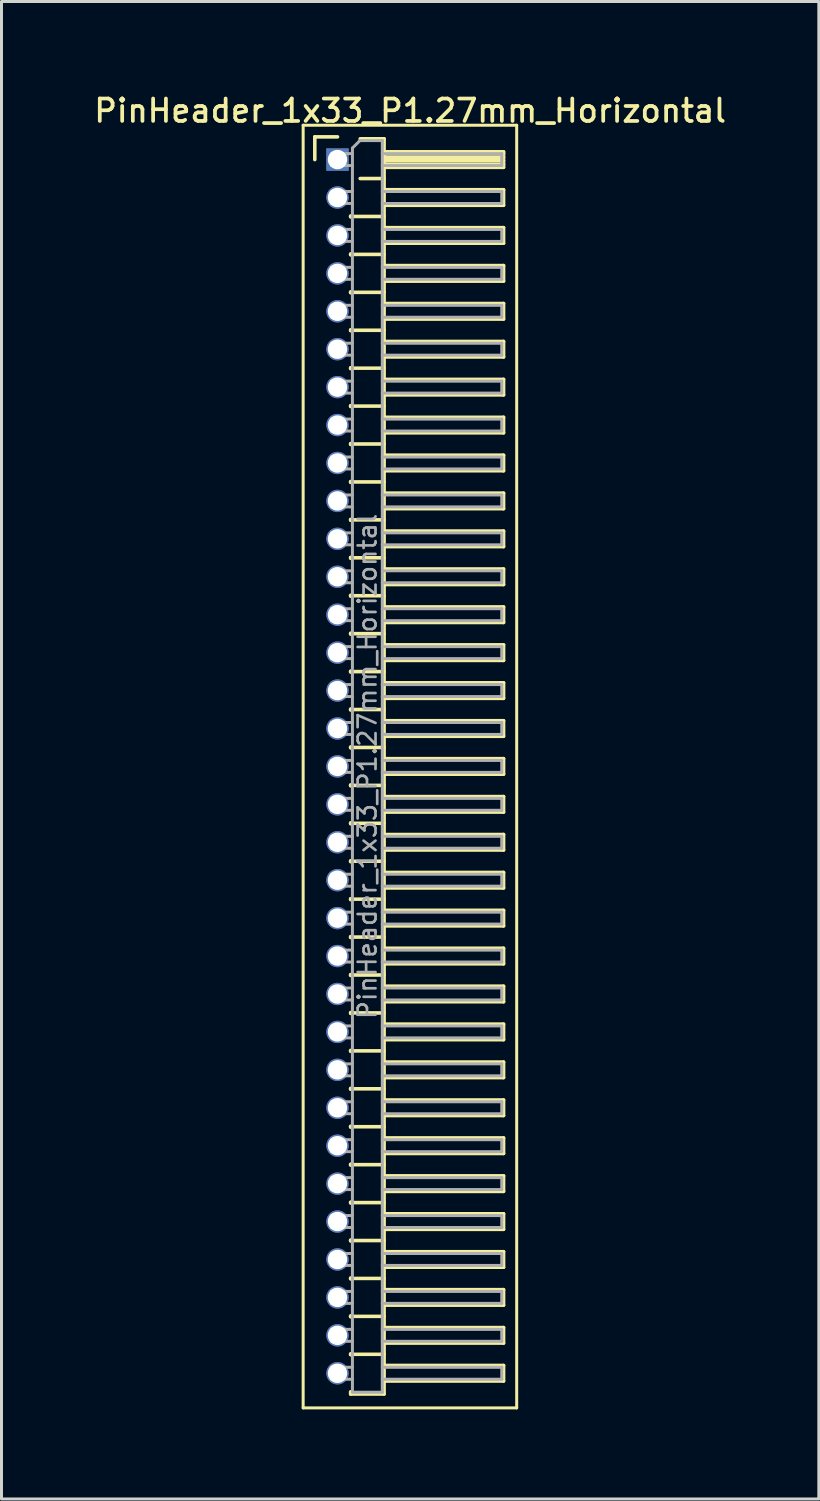
<source format=kicad_pcb>
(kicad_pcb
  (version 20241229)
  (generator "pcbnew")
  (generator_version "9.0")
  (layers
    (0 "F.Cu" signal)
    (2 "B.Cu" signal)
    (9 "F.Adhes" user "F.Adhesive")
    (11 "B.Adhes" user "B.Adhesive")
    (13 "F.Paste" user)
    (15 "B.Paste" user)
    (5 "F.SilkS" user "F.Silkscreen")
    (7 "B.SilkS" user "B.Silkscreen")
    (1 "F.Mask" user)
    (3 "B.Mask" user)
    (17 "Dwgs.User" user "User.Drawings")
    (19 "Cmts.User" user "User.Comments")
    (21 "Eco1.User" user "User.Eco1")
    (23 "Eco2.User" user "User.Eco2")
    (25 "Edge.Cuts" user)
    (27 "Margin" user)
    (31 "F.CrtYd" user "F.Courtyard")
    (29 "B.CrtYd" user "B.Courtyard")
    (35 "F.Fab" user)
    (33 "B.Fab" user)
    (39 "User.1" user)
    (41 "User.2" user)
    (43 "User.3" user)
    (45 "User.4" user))
  (footprint "PinHeader_1x33_P1.27mm_Horizontal"
    (layer "F.Cu")
    (at 8.251 2.293)
    (property "Reference" "PinHeader_1x33_P1.27mm_Horizontal" (at 2.433 -1.635 0) (layer "F.SilkS") (effects (font (size 0.75 0.75) (thickness 0.125))))
    (attr through_hole)
    (fp_line (start -1.15 -1.15) (end -1.15 41.8) (stroke (width 0.1) (type solid)) (layer "F.SilkS"))
    (fp_line (start -1.15 41.8) (end 6 41.8) (stroke (width 0.1) (type solid)) (layer "F.SilkS"))
    (fp_line (start -0.76 -0.76) (end 0 -0.76) (stroke (width 0.12) (type solid)) (layer "F.SilkS"))
    (fp_line (start -0.76 0) (end -0.76 -0.76) (stroke (width 0.12) (type solid)) (layer "F.SilkS"))
    (fp_line (start 0.44 1.89) (end 0.44 1.92) (stroke (width 0.12) (type solid)) (layer "F.SilkS"))
    (fp_line (start 0.44 1.905) (end 1.56 1.905) (stroke (width 0.12) (type solid)) (layer "F.SilkS"))
    (fp_line (start 0.44 3.16) (end 0.44 3.19) (stroke (width 0.12) (type solid)) (layer "F.SilkS"))
    (fp_line (start 0.44 3.175) (end 1.56 3.175) (stroke (width 0.12) (type solid)) (layer "F.SilkS"))
    (fp_line (start 0.44 4.43) (end 0.44 4.46) (stroke (width 0.12) (type solid)) (layer "F.SilkS"))
    (fp_line (start 0.44 4.445) (end 1.56 4.445) (stroke (width 0.12) (type solid)) (layer "F.SilkS"))
    (fp_line (start 0.44 5.7) (end 0.44 5.73) (stroke (width 0.12) (type solid)) (layer "F.SilkS"))
    (fp_line (start 0.44 5.715) (end 1.56 5.715) (stroke (width 0.12) (type solid)) (layer "F.SilkS"))
    (fp_line (start 0.44 6.97) (end 0.44 7) (stroke (width 0.12) (type solid)) (layer "F.SilkS"))
    (fp_line (start 0.44 6.985) (end 1.56 6.985) (stroke (width 0.12) (type solid)) (layer "F.SilkS"))
    (fp_line (start 0.44 8.24) (end 0.44 8.27) (stroke (width 0.12) (type solid)) (layer "F.SilkS"))
    (fp_line (start 0.44 8.255) (end 1.56 8.255) (stroke (width 0.12) (type solid)) (layer "F.SilkS"))
    (fp_line (start 0.44 9.51) (end 0.44 9.54) (stroke (width 0.12) (type solid)) (layer "F.SilkS"))
    (fp_line (start 0.44 9.525) (end 1.56 9.525) (stroke (width 0.12) (type solid)) (layer "F.SilkS"))
    (fp_line (start 0.44 10.78) (end 0.44 10.81) (stroke (width 0.12) (type solid)) (layer "F.SilkS"))
    (fp_line (start 0.44 10.795) (end 1.56 10.795) (stroke (width 0.12) (type solid)) (layer "F.SilkS"))
    (fp_line (start 0.44 12.05) (end 0.44 12.08) (stroke (width 0.12) (type solid)) (layer "F.SilkS"))
    (fp_line (start 0.44 12.065) (end 1.56 12.065) (stroke (width 0.12) (type solid)) (layer "F.SilkS"))
    (fp_line (start 0.44 13.32) (end 0.44 13.35) (stroke (width 0.12) (type solid)) (layer "F.SilkS"))
    (fp_line (start 0.44 13.335) (end 1.56 13.335) (stroke (width 0.12) (type solid)) (layer "F.SilkS"))
    (fp_line (start 0.44 14.59) (end 0.44 14.62) (stroke (width 0.12) (type solid)) (layer "F.SilkS"))
    (fp_line (start 0.44 14.605) (end 1.56 14.605) (stroke (width 0.12) (type solid)) (layer "F.SilkS"))
    (fp_line (start 0.44 15.86) (end 0.44 15.89) (stroke (width 0.12) (type solid)) (layer "F.SilkS"))
    (fp_line (start 0.44 15.875) (end 1.56 15.875) (stroke (width 0.12) (type solid)) (layer "F.SilkS"))
    (fp_line (start 0.44 17.13) (end 0.44 17.16) (stroke (width 0.12) (type solid)) (layer "F.SilkS"))
    (fp_line (start 0.44 17.145) (end 1.56 17.145) (stroke (width 0.12) (type solid)) (layer "F.SilkS"))
    (fp_line (start 0.44 18.4) (end 0.44 18.43) (stroke (width 0.12) (type solid)) (layer "F.SilkS"))
    (fp_line (start 0.44 18.415) (end 1.56 18.415) (stroke (width 0.12) (type solid)) (layer "F.SilkS"))
    (fp_line (start 0.44 19.67) (end 0.44 19.7) (stroke (width 0.12) (type solid)) (layer "F.SilkS"))
    (fp_line (start 0.44 19.685) (end 1.56 19.685) (stroke (width 0.12) (type solid)) (layer "F.SilkS"))
    (fp_line (start 0.44 20.94) (end 0.44 20.97) (stroke (width 0.12) (type solid)) (layer "F.SilkS"))
    (fp_line (start 0.44 20.955) (end 1.56 20.955) (stroke (width 0.12) (type solid)) (layer "F.SilkS"))
    (fp_line (start 0.44 22.21) (end 0.44 22.24) (stroke (width 0.12) (type solid)) (layer "F.SilkS"))
    (fp_line (start 0.44 22.225) (end 1.56 22.225) (stroke (width 0.12) (type solid)) (layer "F.SilkS"))
    (fp_line (start 0.44 23.48) (end 0.44 23.51) (stroke (width 0.12) (type solid)) (layer "F.SilkS"))
    (fp_line (start 0.44 23.495) (end 1.56 23.495) (stroke (width 0.12) (type solid)) (layer "F.SilkS"))
    (fp_line (start 0.44 24.75) (end 0.44 24.78) (stroke (width 0.12) (type solid)) (layer "F.SilkS"))
    (fp_line (start 0.44 24.765) (end 1.56 24.765) (stroke (width 0.12) (type solid)) (layer "F.SilkS"))
    (fp_line (start 0.44 26.02) (end 0.44 26.05) (stroke (width 0.12) (type solid)) (layer "F.SilkS"))
    (fp_line (start 0.44 26.035) (end 1.56 26.035) (stroke (width 0.12) (type solid)) (layer "F.SilkS"))
    (fp_line (start 0.44 27.29) (end 0.44 27.32) (stroke (width 0.12) (type solid)) (layer "F.SilkS"))
    (fp_line (start 0.44 27.305) (end 1.56 27.305) (stroke (width 0.12) (type solid)) (layer "F.SilkS"))
    (fp_line (start 0.44 28.56) (end 0.44 28.59) (stroke (width 0.12) (type solid)) (layer "F.SilkS"))
    (fp_line (start 0.44 28.575) (end 1.56 28.575) (stroke (width 0.12) (type solid)) (layer "F.SilkS"))
    (fp_line (start 0.44 29.83) (end 0.44 29.86) (stroke (width 0.12) (type solid)) (layer "F.SilkS"))
    (fp_line (start 0.44 29.845) (end 1.56 29.845) (stroke (width 0.12) (type solid)) (layer "F.SilkS"))
    (fp_line (start 0.44 31.1) (end 0.44 31.13) (stroke (width 0.12) (type solid)) (layer "F.SilkS"))
    (fp_line (start 0.44 31.115) (end 1.56 31.115) (stroke (width 0.12) (type solid)) (layer "F.SilkS"))
    (fp_line (start 0.44 32.37) (end 0.44 32.4) (stroke (width 0.12) (type solid)) (layer "F.SilkS"))
    (fp_line (start 0.44 32.385) (end 1.56 32.385) (stroke (width 0.12) (type solid)) (layer "F.SilkS"))
    (fp_line (start 0.44 33.64) (end 0.44 33.67) (stroke (width 0.12) (type solid)) (layer "F.SilkS"))
    (fp_line (start 0.44 33.655) (end 1.56 33.655) (stroke (width 0.12) (type solid)) (layer "F.SilkS"))
    (fp_line (start 0.44 34.91) (end 0.44 34.94) (stroke (width 0.12) (type solid)) (layer "F.SilkS"))
    (fp_line (start 0.44 34.925) (end 1.56 34.925) (stroke (width 0.12) (type solid)) (layer "F.SilkS"))
    (fp_line (start 0.44 36.18) (end 0.44 36.21) (stroke (width 0.12) (type solid)) (layer "F.SilkS"))
    (fp_line (start 0.44 36.195) (end 1.56 36.195) (stroke (width 0.12) (type solid)) (layer "F.SilkS"))
    (fp_line (start 0.44 37.45) (end 0.44 37.48) (stroke (width 0.12) (type solid)) (layer "F.SilkS"))
    (fp_line (start 0.44 37.465) (end 1.56 37.465) (stroke (width 0.12) (type solid)) (layer "F.SilkS"))
    (fp_line (start 0.44 38.72) (end 0.44 38.75) (stroke (width 0.12) (type solid)) (layer "F.SilkS"))
    (fp_line (start 0.44 38.735) (end 1.56 38.735) (stroke (width 0.12) (type solid)) (layer "F.SilkS"))
    (fp_line (start 0.44 39.99) (end 0.44 40.02) (stroke (width 0.12) (type solid)) (layer "F.SilkS"))
    (fp_line (start 0.44 40.005) (end 1.56 40.005) (stroke (width 0.12) (type solid)) (layer "F.SilkS"))
    (fp_line (start 0.44 41.335) (end 0.44 41.26) (stroke (width 0.12) (type solid)) (layer "F.SilkS"))
    (fp_line (start 0.76 -0.695) (end 1.56 -0.695) (stroke (width 0.12) (type solid)) (layer "F.SilkS"))
    (fp_line (start 0.76 0.635) (end 1.56 0.635) (stroke (width 0.12) (type solid)) (layer "F.SilkS"))
    (fp_line (start 1.56 -0.695) (end 1.56 41.335) (stroke (width 0.12) (type solid)) (layer "F.SilkS"))
    (fp_line (start 1.56 -0.26) (end 5.56 -0.26) (stroke (width 0.12) (type solid)) (layer "F.SilkS"))
    (fp_line (start 1.56 -0.2) (end 5.56 -0.2) (stroke (width 0.12) (type solid)) (layer "F.SilkS"))
    (fp_line (start 1.56 -0.08) (end 5.56 -0.08) (stroke (width 0.12) (type solid)) (layer "F.SilkS"))
    (fp_line (start 1.56 0.04) (end 5.56 0.04) (stroke (width 0.12) (type solid)) (layer "F.SilkS"))
    (fp_line (start 1.56 0.16) (end 5.56 0.16) (stroke (width 0.12) (type solid)) (layer "F.SilkS"))
    (fp_line (start 1.56 1.01) (end 5.56 1.01) (stroke (width 0.12) (type solid)) (layer "F.SilkS"))
    (fp_line (start 1.56 2.28) (end 5.56 2.28) (stroke (width 0.12) (type solid)) (layer "F.SilkS"))
    (fp_line (start 1.56 3.55) (end 5.56 3.55) (stroke (width 0.12) (type solid)) (layer "F.SilkS"))
    (fp_line (start 1.56 4.82) (end 5.56 4.82) (stroke (width 0.12) (type solid)) (layer "F.SilkS"))
    (fp_line (start 1.56 6.09) (end 5.56 6.09) (stroke (width 0.12) (type solid)) (layer "F.SilkS"))
    (fp_line (start 1.56 7.36) (end 5.56 7.36) (stroke (width 0.12) (type solid)) (layer "F.SilkS"))
    (fp_line (start 1.56 8.63) (end 5.56 8.63) (stroke (width 0.12) (type solid)) (layer "F.SilkS"))
    (fp_line (start 1.56 9.9) (end 5.56 9.9) (stroke (width 0.12) (type solid)) (layer "F.SilkS"))
    (fp_line (start 1.56 11.17) (end 5.56 11.17) (stroke (width 0.12) (type solid)) (layer "F.SilkS"))
    (fp_line (start 1.56 12.44) (end 5.56 12.44) (stroke (width 0.12) (type solid)) (layer "F.SilkS"))
    (fp_line (start 1.56 13.71) (end 5.56 13.71) (stroke (width 0.12) (type solid)) (layer "F.SilkS"))
    (fp_line (start 1.56 14.98) (end 5.56 14.98) (stroke (width 0.12) (type solid)) (layer "F.SilkS"))
    (fp_line (start 1.56 16.25) (end 5.56 16.25) (stroke (width 0.12) (type solid)) (layer "F.SilkS"))
    (fp_line (start 1.56 17.52) (end 5.56 17.52) (stroke (width 0.12) (type solid)) (layer "F.SilkS"))
    (fp_line (start 1.56 18.79) (end 5.56 18.79) (stroke (width 0.12) (type solid)) (layer "F.SilkS"))
    (fp_line (start 1.56 20.06) (end 5.56 20.06) (stroke (width 0.12) (type solid)) (layer "F.SilkS"))
    (fp_line (start 1.56 21.33) (end 5.56 21.33) (stroke (width 0.12) (type solid)) (layer "F.SilkS"))
    (fp_line (start 1.56 22.6) (end 5.56 22.6) (stroke (width 0.12) (type solid)) (layer "F.SilkS"))
    (fp_line (start 1.56 23.87) (end 5.56 23.87) (stroke (width 0.12) (type solid)) (layer "F.SilkS"))
    (fp_line (start 1.56 25.14) (end 5.56 25.14) (stroke (width 0.12) (type solid)) (layer "F.SilkS"))
    (fp_line (start 1.56 26.41) (end 5.56 26.41) (stroke (width 0.12) (type solid)) (layer "F.SilkS"))
    (fp_line (start 1.56 27.68) (end 5.56 27.68) (stroke (width 0.12) (type solid)) (layer "F.SilkS"))
    (fp_line (start 1.56 28.95) (end 5.56 28.95) (stroke (width 0.12) (type solid)) (layer "F.SilkS"))
    (fp_line (start 1.56 30.22) (end 5.56 30.22) (stroke (width 0.12) (type solid)) (layer "F.SilkS"))
    (fp_line (start 1.56 31.49) (end 5.56 31.49) (stroke (width 0.12) (type solid)) (layer "F.SilkS"))
    (fp_line (start 1.56 32.76) (end 5.56 32.76) (stroke (width 0.12) (type solid)) (layer "F.SilkS"))
    (fp_line (start 1.56 34.03) (end 5.56 34.03) (stroke (width 0.12) (type solid)) (layer "F.SilkS"))
    (fp_line (start 1.56 35.3) (end 5.56 35.3) (stroke (width 0.12) (type solid)) (layer "F.SilkS"))
    (fp_line (start 1.56 36.57) (end 5.56 36.57) (stroke (width 0.12) (type solid)) (layer "F.SilkS"))
    (fp_line (start 1.56 37.84) (end 5.56 37.84) (stroke (width 0.12) (type solid)) (layer "F.SilkS"))
    (fp_line (start 1.56 39.11) (end 5.56 39.11) (stroke (width 0.12) (type solid)) (layer "F.SilkS"))
    (fp_line (start 1.56 40.38) (end 5.56 40.38) (stroke (width 0.12) (type solid)) (layer "F.SilkS"))
    (fp_line (start 1.56 41.335) (end 0.44 41.335) (stroke (width 0.12) (type solid)) (layer "F.SilkS"))
    (fp_line (start 5.56 -0.26) (end 5.56 0.26) (stroke (width 0.12) (type solid)) (layer "F.SilkS"))
    (fp_line (start 5.56 0.26) (end 1.56 0.26) (stroke (width 0.12) (type solid)) (layer "F.SilkS"))
    (fp_line (start 5.56 1.01) (end 5.56 1.53) (stroke (width 0.12) (type solid)) (layer "F.SilkS"))
    (fp_line (start 5.56 1.53) (end 1.56 1.53) (stroke (width 0.12) (type solid)) (layer "F.SilkS"))
    (fp_line (start 5.56 2.28) (end 5.56 2.8) (stroke (width 0.12) (type solid)) (layer "F.SilkS"))
    (fp_line (start 5.56 2.8) (end 1.56 2.8) (stroke (width 0.12) (type solid)) (layer "F.SilkS"))
    (fp_line (start 5.56 3.55) (end 5.56 4.07) (stroke (width 0.12) (type solid)) (layer "F.SilkS"))
    (fp_line (start 5.56 4.07) (end 1.56 4.07) (stroke (width 0.12) (type solid)) (layer "F.SilkS"))
    (fp_line (start 5.56 4.82) (end 5.56 5.34) (stroke (width 0.12) (type solid)) (layer "F.SilkS"))
    (fp_line (start 5.56 5.34) (end 1.56 5.34) (stroke (width 0.12) (type solid)) (layer "F.SilkS"))
    (fp_line (start 5.56 6.09) (end 5.56 6.61) (stroke (width 0.12) (type solid)) (layer "F.SilkS"))
    (fp_line (start 5.56 6.61) (end 1.56 6.61) (stroke (width 0.12) (type solid)) (layer "F.SilkS"))
    (fp_line (start 5.56 7.36) (end 5.56 7.88) (stroke (width 0.12) (type solid)) (layer "F.SilkS"))
    (fp_line (start 5.56 7.88) (end 1.56 7.88) (stroke (width 0.12) (type solid)) (layer "F.SilkS"))
    (fp_line (start 5.56 8.63) (end 5.56 9.15) (stroke (width 0.12) (type solid)) (layer "F.SilkS"))
    (fp_line (start 5.56 9.15) (end 1.56 9.15) (stroke (width 0.12) (type solid)) (layer "F.SilkS"))
    (fp_line (start 5.56 9.9) (end 5.56 10.42) (stroke (width 0.12) (type solid)) (layer "F.SilkS"))
    (fp_line (start 5.56 10.42) (end 1.56 10.42) (stroke (width 0.12) (type solid)) (layer "F.SilkS"))
    (fp_line (start 5.56 11.17) (end 5.56 11.69) (stroke (width 0.12) (type solid)) (layer "F.SilkS"))
    (fp_line (start 5.56 11.69) (end 1.56 11.69) (stroke (width 0.12) (type solid)) (layer "F.SilkS"))
    (fp_line (start 5.56 12.44) (end 5.56 12.96) (stroke (width 0.12) (type solid)) (layer "F.SilkS"))
    (fp_line (start 5.56 12.96) (end 1.56 12.96) (stroke (width 0.12) (type solid)) (layer "F.SilkS"))
    (fp_line (start 5.56 13.71) (end 5.56 14.23) (stroke (width 0.12) (type solid)) (layer "F.SilkS"))
    (fp_line (start 5.56 14.23) (end 1.56 14.23) (stroke (width 0.12) (type solid)) (layer "F.SilkS"))
    (fp_line (start 5.56 14.98) (end 5.56 15.5) (stroke (width 0.12) (type solid)) (layer "F.SilkS"))
    (fp_line (start 5.56 15.5) (end 1.56 15.5) (stroke (width 0.12) (type solid)) (layer "F.SilkS"))
    (fp_line (start 5.56 16.25) (end 5.56 16.77) (stroke (width 0.12) (type solid)) (layer "F.SilkS"))
    (fp_line (start 5.56 16.77) (end 1.56 16.77) (stroke (width 0.12) (type solid)) (layer "F.SilkS"))
    (fp_line (start 5.56 17.52) (end 5.56 18.04) (stroke (width 0.12) (type solid)) (layer "F.SilkS"))
    (fp_line (start 5.56 18.04) (end 1.56 18.04) (stroke (width 0.12) (type solid)) (layer "F.SilkS"))
    (fp_line (start 5.56 18.79) (end 5.56 19.31) (stroke (width 0.12) (type solid)) (layer "F.SilkS"))
    (fp_line (start 5.56 19.31) (end 1.56 19.31) (stroke (width 0.12) (type solid)) (layer "F.SilkS"))
    (fp_line (start 5.56 20.06) (end 5.56 20.58) (stroke (width 0.12) (type solid)) (layer "F.SilkS"))
    (fp_line (start 5.56 20.58) (end 1.56 20.58) (stroke (width 0.12) (type solid)) (layer "F.SilkS"))
    (fp_line (start 5.56 21.33) (end 5.56 21.85) (stroke (width 0.12) (type solid)) (layer "F.SilkS"))
    (fp_line (start 5.56 21.85) (end 1.56 21.85) (stroke (width 0.12) (type solid)) (layer "F.SilkS"))
    (fp_line (start 5.56 22.6) (end 5.56 23.12) (stroke (width 0.12) (type solid)) (layer "F.SilkS"))
    (fp_line (start 5.56 23.12) (end 1.56 23.12) (stroke (width 0.12) (type solid)) (layer "F.SilkS"))
    (fp_line (start 5.56 23.87) (end 5.56 24.39) (stroke (width 0.12) (type solid)) (layer "F.SilkS"))
    (fp_line (start 5.56 24.39) (end 1.56 24.39) (stroke (width 0.12) (type solid)) (layer "F.SilkS"))
    (fp_line (start 5.56 25.14) (end 5.56 25.66) (stroke (width 0.12) (type solid)) (layer "F.SilkS"))
    (fp_line (start 5.56 25.66) (end 1.56 25.66) (stroke (width 0.12) (type solid)) (layer "F.SilkS"))
    (fp_line (start 5.56 26.41) (end 5.56 26.93) (stroke (width 0.12) (type solid)) (layer "F.SilkS"))
    (fp_line (start 5.56 26.93) (end 1.56 26.93) (stroke (width 0.12) (type solid)) (layer "F.SilkS"))
    (fp_line (start 5.56 27.68) (end 5.56 28.2) (stroke (width 0.12) (type solid)) (layer "F.SilkS"))
    (fp_line (start 5.56 28.2) (end 1.56 28.2) (stroke (width 0.12) (type solid)) (layer "F.SilkS"))
    (fp_line (start 5.56 28.95) (end 5.56 29.47) (stroke (width 0.12) (type solid)) (layer "F.SilkS"))
    (fp_line (start 5.56 29.47) (end 1.56 29.47) (stroke (width 0.12) (type solid)) (layer "F.SilkS"))
    (fp_line (start 5.56 30.22) (end 5.56 30.74) (stroke (width 0.12) (type solid)) (layer "F.SilkS"))
    (fp_line (start 5.56 30.74) (end 1.56 30.74) (stroke (width 0.12) (type solid)) (layer "F.SilkS"))
    (fp_line (start 5.56 31.49) (end 5.56 32.01) (stroke (width 0.12) (type solid)) (layer "F.SilkS"))
    (fp_line (start 5.56 32.01) (end 1.56 32.01) (stroke (width 0.12) (type solid)) (layer "F.SilkS"))
    (fp_line (start 5.56 32.76) (end 5.56 33.28) (stroke (width 0.12) (type solid)) (layer "F.SilkS"))
    (fp_line (start 5.56 33.28) (end 1.56 33.28) (stroke (width 0.12) (type solid)) (layer "F.SilkS"))
    (fp_line (start 5.56 34.03) (end 5.56 34.55) (stroke (width 0.12) (type solid)) (layer "F.SilkS"))
    (fp_line (start 5.56 34.55) (end 1.56 34.55) (stroke (width 0.12) (type solid)) (layer "F.SilkS"))
    (fp_line (start 5.56 35.3) (end 5.56 35.82) (stroke (width 0.12) (type solid)) (layer "F.SilkS"))
    (fp_line (start 5.56 35.82) (end 1.56 35.82) (stroke (width 0.12) (type solid)) (layer "F.SilkS"))
    (fp_line (start 5.56 36.57) (end 5.56 37.09) (stroke (width 0.12) (type solid)) (layer "F.SilkS"))
    (fp_line (start 5.56 37.09) (end 1.56 37.09) (stroke (width 0.12) (type solid)) (layer "F.SilkS"))
    (fp_line (start 5.56 37.84) (end 5.56 38.36) (stroke (width 0.12) (type solid)) (layer "F.SilkS"))
    (fp_line (start 5.56 38.36) (end 1.56 38.36) (stroke (width 0.12) (type solid)) (layer "F.SilkS"))
    (fp_line (start 5.56 39.11) (end 5.56 39.63) (stroke (width 0.12) (type solid)) (layer "F.SilkS"))
    (fp_line (start 5.56 39.63) (end 1.56 39.63) (stroke (width 0.12) (type solid)) (layer "F.SilkS"))
    (fp_line (start 5.56 40.38) (end 5.56 40.9) (stroke (width 0.12) (type solid)) (layer "F.SilkS"))
    (fp_line (start 5.56 40.9) (end 1.56 40.9) (stroke (width 0.12) (type solid)) (layer "F.SilkS"))
    (fp_line (start 6 -1.15) (end -1.15 -1.15) (stroke (width 0.1) (type solid)) (layer "F.SilkS"))
    (fp_line (start 6 41.8) (end 6 -1.15) (stroke (width 0.1) (type solid)) (layer "F.SilkS"))
    (fp_line (start -0.2 -0.2) (end -0.2 0.2) (stroke (width 0.1) (type solid)) (layer "F.Fab"))
    (fp_line (start -0.2 -0.2) (end 0.5 -0.2) (stroke (width 0.1) (type solid)) (layer "F.Fab"))
    (fp_line (start -0.2 0.2) (end 0.5 0.2) (stroke (width 0.1) (type solid)) (layer "F.Fab"))
    (fp_line (start -0.2 1.07) (end -0.2 1.47) (stroke (width 0.1) (type solid)) (layer "F.Fab"))
    (fp_line (start -0.2 1.07) (end 0.5 1.07) (stroke (width 0.1) (type solid)) (layer "F.Fab"))
    (fp_line (start -0.2 1.47) (end 0.5 1.47) (stroke (width 0.1) (type solid)) (layer "F.Fab"))
    (fp_line (start -0.2 2.34) (end -0.2 2.74) (stroke (width 0.1) (type solid)) (layer "F.Fab"))
    (fp_line (start -0.2 2.34) (end 0.5 2.34) (stroke (width 0.1) (type solid)) (layer "F.Fab"))
    (fp_line (start -0.2 2.74) (end 0.5 2.74) (stroke (width 0.1) (type solid)) (layer "F.Fab"))
    (fp_line (start -0.2 3.61) (end -0.2 4.01) (stroke (width 0.1) (type solid)) (layer "F.Fab"))
    (fp_line (start -0.2 3.61) (end 0.5 3.61) (stroke (width 0.1) (type solid)) (layer "F.Fab"))
    (fp_line (start -0.2 4.01) (end 0.5 4.01) (stroke (width 0.1) (type solid)) (layer "F.Fab"))
    (fp_line (start -0.2 4.88) (end -0.2 5.28) (stroke (width 0.1) (type solid)) (layer "F.Fab"))
    (fp_line (start -0.2 4.88) (end 0.5 4.88) (stroke (width 0.1) (type solid)) (layer "F.Fab"))
    (fp_line (start -0.2 5.28) (end 0.5 5.28) (stroke (width 0.1) (type solid)) (layer "F.Fab"))
    (fp_line (start -0.2 6.15) (end -0.2 6.55) (stroke (width 0.1) (type solid)) (layer "F.Fab"))
    (fp_line (start -0.2 6.15) (end 0.5 6.15) (stroke (width 0.1) (type solid)) (layer "F.Fab"))
    (fp_line (start -0.2 6.55) (end 0.5 6.55) (stroke (width 0.1) (type solid)) (layer "F.Fab"))
    (fp_line (start -0.2 7.42) (end -0.2 7.82) (stroke (width 0.1) (type solid)) (layer "F.Fab"))
    (fp_line (start -0.2 7.42) (end 0.5 7.42) (stroke (width 0.1) (type solid)) (layer "F.Fab"))
    (fp_line (start -0.2 7.82) (end 0.5 7.82) (stroke (width 0.1) (type solid)) (layer "F.Fab"))
    (fp_line (start -0.2 8.69) (end -0.2 9.09) (stroke (width 0.1) (type solid)) (layer "F.Fab"))
    (fp_line (start -0.2 8.69) (end 0.5 8.69) (stroke (width 0.1) (type solid)) (layer "F.Fab"))
    (fp_line (start -0.2 9.09) (end 0.5 9.09) (stroke (width 0.1) (type solid)) (layer "F.Fab"))
    (fp_line (start -0.2 9.96) (end -0.2 10.36) (stroke (width 0.1) (type solid)) (layer "F.Fab"))
    (fp_line (start -0.2 9.96) (end 0.5 9.96) (stroke (width 0.1) (type solid)) (layer "F.Fab"))
    (fp_line (start -0.2 10.36) (end 0.5 10.36) (stroke (width 0.1) (type solid)) (layer "F.Fab"))
    (fp_line (start -0.2 11.23) (end -0.2 11.63) (stroke (width 0.1) (type solid)) (layer "F.Fab"))
    (fp_line (start -0.2 11.23) (end 0.5 11.23) (stroke (width 0.1) (type solid)) (layer "F.Fab"))
    (fp_line (start -0.2 11.63) (end 0.5 11.63) (stroke (width 0.1) (type solid)) (layer "F.Fab"))
    (fp_line (start -0.2 12.5) (end -0.2 12.9) (stroke (width 0.1) (type solid)) (layer "F.Fab"))
    (fp_line (start -0.2 12.5) (end 0.5 12.5) (stroke (width 0.1) (type solid)) (layer "F.Fab"))
    (fp_line (start -0.2 12.9) (end 0.5 12.9) (stroke (width 0.1) (type solid)) (layer "F.Fab"))
    (fp_line (start -0.2 13.77) (end -0.2 14.17) (stroke (width 0.1) (type solid)) (layer "F.Fab"))
    (fp_line (start -0.2 13.77) (end 0.5 13.77) (stroke (width 0.1) (type solid)) (layer "F.Fab"))
    (fp_line (start -0.2 14.17) (end 0.5 14.17) (stroke (width 0.1) (type solid)) (layer "F.Fab"))
    (fp_line (start -0.2 15.04) (end -0.2 15.44) (stroke (width 0.1) (type solid)) (layer "F.Fab"))
    (fp_line (start -0.2 15.04) (end 0.5 15.04) (stroke (width 0.1) (type solid)) (layer "F.Fab"))
    (fp_line (start -0.2 15.44) (end 0.5 15.44) (stroke (width 0.1) (type solid)) (layer "F.Fab"))
    (fp_line (start -0.2 16.31) (end -0.2 16.71) (stroke (width 0.1) (type solid)) (layer "F.Fab"))
    (fp_line (start -0.2 16.31) (end 0.5 16.31) (stroke (width 0.1) (type solid)) (layer "F.Fab"))
    (fp_line (start -0.2 16.71) (end 0.5 16.71) (stroke (width 0.1) (type solid)) (layer "F.Fab"))
    (fp_line (start -0.2 17.58) (end -0.2 17.98) (stroke (width 0.1) (type solid)) (layer "F.Fab"))
    (fp_line (start -0.2 17.58) (end 0.5 17.58) (stroke (width 0.1) (type solid)) (layer "F.Fab"))
    (fp_line (start -0.2 17.98) (end 0.5 17.98) (stroke (width 0.1) (type solid)) (layer "F.Fab"))
    (fp_line (start -0.2 18.85) (end -0.2 19.25) (stroke (width 0.1) (type solid)) (layer "F.Fab"))
    (fp_line (start -0.2 18.85) (end 0.5 18.85) (stroke (width 0.1) (type solid)) (layer "F.Fab"))
    (fp_line (start -0.2 19.25) (end 0.5 19.25) (stroke (width 0.1) (type solid)) (layer "F.Fab"))
    (fp_line (start -0.2 20.12) (end -0.2 20.52) (stroke (width 0.1) (type solid)) (layer "F.Fab"))
    (fp_line (start -0.2 20.12) (end 0.5 20.12) (stroke (width 0.1) (type solid)) (layer "F.Fab"))
    (fp_line (start -0.2 20.52) (end 0.5 20.52) (stroke (width 0.1) (type solid)) (layer "F.Fab"))
    (fp_line (start -0.2 21.39) (end -0.2 21.79) (stroke (width 0.1) (type solid)) (layer "F.Fab"))
    (fp_line (start -0.2 21.39) (end 0.5 21.39) (stroke (width 0.1) (type solid)) (layer "F.Fab"))
    (fp_line (start -0.2 21.79) (end 0.5 21.79) (stroke (width 0.1) (type solid)) (layer "F.Fab"))
    (fp_line (start -0.2 22.66) (end -0.2 23.06) (stroke (width 0.1) (type solid)) (layer "F.Fab"))
    (fp_line (start -0.2 22.66) (end 0.5 22.66) (stroke (width 0.1) (type solid)) (layer "F.Fab"))
    (fp_line (start -0.2 23.06) (end 0.5 23.06) (stroke (width 0.1) (type solid)) (layer "F.Fab"))
    (fp_line (start -0.2 23.93) (end -0.2 24.33) (stroke (width 0.1) (type solid)) (layer "F.Fab"))
    (fp_line (start -0.2 23.93) (end 0.5 23.93) (stroke (width 0.1) (type solid)) (layer "F.Fab"))
    (fp_line (start -0.2 24.33) (end 0.5 24.33) (stroke (width 0.1) (type solid)) (layer "F.Fab"))
    (fp_line (start -0.2 25.2) (end -0.2 25.6) (stroke (width 0.1) (type solid)) (layer "F.Fab"))
    (fp_line (start -0.2 25.2) (end 0.5 25.2) (stroke (width 0.1) (type solid)) (layer "F.Fab"))
    (fp_line (start -0.2 25.6) (end 0.5 25.6) (stroke (width 0.1) (type solid)) (layer "F.Fab"))
    (fp_line (start -0.2 26.47) (end -0.2 26.87) (stroke (width 0.1) (type solid)) (layer "F.Fab"))
    (fp_line (start -0.2 26.47) (end 0.5 26.47) (stroke (width 0.1) (type solid)) (layer "F.Fab"))
    (fp_line (start -0.2 26.87) (end 0.5 26.87) (stroke (width 0.1) (type solid)) (layer "F.Fab"))
    (fp_line (start -0.2 27.74) (end -0.2 28.14) (stroke (width 0.1) (type solid)) (layer "F.Fab"))
    (fp_line (start -0.2 27.74) (end 0.5 27.74) (stroke (width 0.1) (type solid)) (layer "F.Fab"))
    (fp_line (start -0.2 28.14) (end 0.5 28.14) (stroke (width 0.1) (type solid)) (layer "F.Fab"))
    (fp_line (start -0.2 29.01) (end -0.2 29.41) (stroke (width 0.1) (type solid)) (layer "F.Fab"))
    (fp_line (start -0.2 29.01) (end 0.5 29.01) (stroke (width 0.1) (type solid)) (layer "F.Fab"))
    (fp_line (start -0.2 29.41) (end 0.5 29.41) (stroke (width 0.1) (type solid)) (layer "F.Fab"))
    (fp_line (start -0.2 30.28) (end -0.2 30.68) (stroke (width 0.1) (type solid)) (layer "F.Fab"))
    (fp_line (start -0.2 30.28) (end 0.5 30.28) (stroke (width 0.1) (type solid)) (layer "F.Fab"))
    (fp_line (start -0.2 30.68) (end 0.5 30.68) (stroke (width 0.1) (type solid)) (layer "F.Fab"))
    (fp_line (start -0.2 31.55) (end -0.2 31.95) (stroke (width 0.1) (type solid)) (layer "F.Fab"))
    (fp_line (start -0.2 31.55) (end 0.5 31.55) (stroke (width 0.1) (type solid)) (layer "F.Fab"))
    (fp_line (start -0.2 31.95) (end 0.5 31.95) (stroke (width 0.1) (type solid)) (layer "F.Fab"))
    (fp_line (start -0.2 32.82) (end -0.2 33.22) (stroke (width 0.1) (type solid)) (layer "F.Fab"))
    (fp_line (start -0.2 32.82) (end 0.5 32.82) (stroke (width 0.1) (type solid)) (layer "F.Fab"))
    (fp_line (start -0.2 33.22) (end 0.5 33.22) (stroke (width 0.1) (type solid)) (layer "F.Fab"))
    (fp_line (start -0.2 34.09) (end -0.2 34.49) (stroke (width 0.1) (type solid)) (layer "F.Fab"))
    (fp_line (start -0.2 34.09) (end 0.5 34.09) (stroke (width 0.1) (type solid)) (layer "F.Fab"))
    (fp_line (start -0.2 34.49) (end 0.5 34.49) (stroke (width 0.1) (type solid)) (layer "F.Fab"))
    (fp_line (start -0.2 35.36) (end -0.2 35.76) (stroke (width 0.1) (type solid)) (layer "F.Fab"))
    (fp_line (start -0.2 35.36) (end 0.5 35.36) (stroke (width 0.1) (type solid)) (layer "F.Fab"))
    (fp_line (start -0.2 35.76) (end 0.5 35.76) (stroke (width 0.1) (type solid)) (layer "F.Fab"))
    (fp_line (start -0.2 36.63) (end -0.2 37.03) (stroke (width 0.1) (type solid)) (layer "F.Fab"))
    (fp_line (start -0.2 36.63) (end 0.5 36.63) (stroke (width 0.1) (type solid)) (layer "F.Fab"))
    (fp_line (start -0.2 37.03) (end 0.5 37.03) (stroke (width 0.1) (type solid)) (layer "F.Fab"))
    (fp_line (start -0.2 37.9) (end -0.2 38.3) (stroke (width 0.1) (type solid)) (layer "F.Fab"))
    (fp_line (start -0.2 37.9) (end 0.5 37.9) (stroke (width 0.1) (type solid)) (layer "F.Fab"))
    (fp_line (start -0.2 38.3) (end 0.5 38.3) (stroke (width 0.1) (type solid)) (layer "F.Fab"))
    (fp_line (start -0.2 39.17) (end -0.2 39.57) (stroke (width 0.1) (type solid)) (layer "F.Fab"))
    (fp_line (start -0.2 39.17) (end 0.5 39.17) (stroke (width 0.1) (type solid)) (layer "F.Fab"))
    (fp_line (start -0.2 39.57) (end 0.5 39.57) (stroke (width 0.1) (type solid)) (layer "F.Fab"))
    (fp_line (start -0.2 40.44) (end -0.2 40.84) (stroke (width 0.1) (type solid)) (layer "F.Fab"))
    (fp_line (start -0.2 40.44) (end 0.5 40.44) (stroke (width 0.1) (type solid)) (layer "F.Fab"))
    (fp_line (start -0.2 40.84) (end 0.5 40.84) (stroke (width 0.1) (type solid)) (layer "F.Fab"))
    (fp_line (start 0.5 -0.385) (end 0.75 -0.635) (stroke (width 0.1) (type solid)) (layer "F.Fab"))
    (fp_line (start 0.5 41.275) (end 0.5 -0.385) (stroke (width 0.1) (type solid)) (layer "F.Fab"))
    (fp_line (start 0.75 -0.635) (end 1.5 -0.635) (stroke (width 0.1) (type solid)) (layer "F.Fab"))
    (fp_line (start 1.5 -0.635) (end 1.5 41.275) (stroke (width 0.1) (type solid)) (layer "F.Fab"))
    (fp_line (start 1.5 -0.2) (end 5.5 -0.2) (stroke (width 0.1) (type solid)) (layer "F.Fab"))
    (fp_line (start 1.5 0.2) (end 5.5 0.2) (stroke (width 0.1) (type solid)) (layer "F.Fab"))
    (fp_line (start 1.5 1.07) (end 5.5 1.07) (stroke (width 0.1) (type solid)) (layer "F.Fab"))
    (fp_line (start 1.5 1.47) (end 5.5 1.47) (stroke (width 0.1) (type solid)) (layer "F.Fab"))
    (fp_line (start 1.5 2.34) (end 5.5 2.34) (stroke (width 0.1) (type solid)) (layer "F.Fab"))
    (fp_line (start 1.5 2.74) (end 5.5 2.74) (stroke (width 0.1) (type solid)) (layer "F.Fab"))
    (fp_line (start 1.5 3.61) (end 5.5 3.61) (stroke (width 0.1) (type solid)) (layer "F.Fab"))
    (fp_line (start 1.5 4.01) (end 5.5 4.01) (stroke (width 0.1) (type solid)) (layer "F.Fab"))
    (fp_line (start 1.5 4.88) (end 5.5 4.88) (stroke (width 0.1) (type solid)) (layer "F.Fab"))
    (fp_line (start 1.5 5.28) (end 5.5 5.28) (stroke (width 0.1) (type solid)) (layer "F.Fab"))
    (fp_line (start 1.5 6.15) (end 5.5 6.15) (stroke (width 0.1) (type solid)) (layer "F.Fab"))
    (fp_line (start 1.5 6.55) (end 5.5 6.55) (stroke (width 0.1) (type solid)) (layer "F.Fab"))
    (fp_line (start 1.5 7.42) (end 5.5 7.42) (stroke (width 0.1) (type solid)) (layer "F.Fab"))
    (fp_line (start 1.5 7.82) (end 5.5 7.82) (stroke (width 0.1) (type solid)) (layer "F.Fab"))
    (fp_line (start 1.5 8.69) (end 5.5 8.69) (stroke (width 0.1) (type solid)) (layer "F.Fab"))
    (fp_line (start 1.5 9.09) (end 5.5 9.09) (stroke (width 0.1) (type solid)) (layer "F.Fab"))
    (fp_line (start 1.5 9.96) (end 5.5 9.96) (stroke (width 0.1) (type solid)) (layer "F.Fab"))
    (fp_line (start 1.5 10.36) (end 5.5 10.36) (stroke (width 0.1) (type solid)) (layer "F.Fab"))
    (fp_line (start 1.5 11.23) (end 5.5 11.23) (stroke (width 0.1) (type solid)) (layer "F.Fab"))
    (fp_line (start 1.5 11.63) (end 5.5 11.63) (stroke (width 0.1) (type solid)) (layer "F.Fab"))
    (fp_line (start 1.5 12.5) (end 5.5 12.5) (stroke (width 0.1) (type solid)) (layer "F.Fab"))
    (fp_line (start 1.5 12.9) (end 5.5 12.9) (stroke (width 0.1) (type solid)) (layer "F.Fab"))
    (fp_line (start 1.5 13.77) (end 5.5 13.77) (stroke (width 0.1) (type solid)) (layer "F.Fab"))
    (fp_line (start 1.5 14.17) (end 5.5 14.17) (stroke (width 0.1) (type solid)) (layer "F.Fab"))
    (fp_line (start 1.5 15.04) (end 5.5 15.04) (stroke (width 0.1) (type solid)) (layer "F.Fab"))
    (fp_line (start 1.5 15.44) (end 5.5 15.44) (stroke (width 0.1) (type solid)) (layer "F.Fab"))
    (fp_line (start 1.5 16.31) (end 5.5 16.31) (stroke (width 0.1) (type solid)) (layer "F.Fab"))
    (fp_line (start 1.5 16.71) (end 5.5 16.71) (stroke (width 0.1) (type solid)) (layer "F.Fab"))
    (fp_line (start 1.5 17.58) (end 5.5 17.58) (stroke (width 0.1) (type solid)) (layer "F.Fab"))
    (fp_line (start 1.5 17.98) (end 5.5 17.98) (stroke (width 0.1) (type solid)) (layer "F.Fab"))
    (fp_line (start 1.5 18.85) (end 5.5 18.85) (stroke (width 0.1) (type solid)) (layer "F.Fab"))
    (fp_line (start 1.5 19.25) (end 5.5 19.25) (stroke (width 0.1) (type solid)) (layer "F.Fab"))
    (fp_line (start 1.5 20.12) (end 5.5 20.12) (stroke (width 0.1) (type solid)) (layer "F.Fab"))
    (fp_line (start 1.5 20.52) (end 5.5 20.52) (stroke (width 0.1) (type solid)) (layer "F.Fab"))
    (fp_line (start 1.5 21.39) (end 5.5 21.39) (stroke (width 0.1) (type solid)) (layer "F.Fab"))
    (fp_line (start 1.5 21.79) (end 5.5 21.79) (stroke (width 0.1) (type solid)) (layer "F.Fab"))
    (fp_line (start 1.5 22.66) (end 5.5 22.66) (stroke (width 0.1) (type solid)) (layer "F.Fab"))
    (fp_line (start 1.5 23.06) (end 5.5 23.06) (stroke (width 0.1) (type solid)) (layer "F.Fab"))
    (fp_line (start 1.5 23.93) (end 5.5 23.93) (stroke (width 0.1) (type solid)) (layer "F.Fab"))
    (fp_line (start 1.5 24.33) (end 5.5 24.33) (stroke (width 0.1) (type solid)) (layer "F.Fab"))
    (fp_line (start 1.5 25.2) (end 5.5 25.2) (stroke (width 0.1) (type solid)) (layer "F.Fab"))
    (fp_line (start 1.5 25.6) (end 5.5 25.6) (stroke (width 0.1) (type solid)) (layer "F.Fab"))
    (fp_line (start 1.5 26.47) (end 5.5 26.47) (stroke (width 0.1) (type solid)) (layer "F.Fab"))
    (fp_line (start 1.5 26.87) (end 5.5 26.87) (stroke (width 0.1) (type solid)) (layer "F.Fab"))
    (fp_line (start 1.5 27.74) (end 5.5 27.74) (stroke (width 0.1) (type solid)) (layer "F.Fab"))
    (fp_line (start 1.5 28.14) (end 5.5 28.14) (stroke (width 0.1) (type solid)) (layer "F.Fab"))
    (fp_line (start 1.5 29.01) (end 5.5 29.01) (stroke (width 0.1) (type solid)) (layer "F.Fab"))
    (fp_line (start 1.5 29.41) (end 5.5 29.41) (stroke (width 0.1) (type solid)) (layer "F.Fab"))
    (fp_line (start 1.5 30.28) (end 5.5 30.28) (stroke (width 0.1) (type solid)) (layer "F.Fab"))
    (fp_line (start 1.5 30.68) (end 5.5 30.68) (stroke (width 0.1) (type solid)) (layer "F.Fab"))
    (fp_line (start 1.5 31.55) (end 5.5 31.55) (stroke (width 0.1) (type solid)) (layer "F.Fab"))
    (fp_line (start 1.5 31.95) (end 5.5 31.95) (stroke (width 0.1) (type solid)) (layer "F.Fab"))
    (fp_line (start 1.5 32.82) (end 5.5 32.82) (stroke (width 0.1) (type solid)) (layer "F.Fab"))
    (fp_line (start 1.5 33.22) (end 5.5 33.22) (stroke (width 0.1) (type solid)) (layer "F.Fab"))
    (fp_line (start 1.5 34.09) (end 5.5 34.09) (stroke (width 0.1) (type solid)) (layer "F.Fab"))
    (fp_line (start 1.5 34.49) (end 5.5 34.49) (stroke (width 0.1) (type solid)) (layer "F.Fab"))
    (fp_line (start 1.5 35.36) (end 5.5 35.36) (stroke (width 0.1) (type solid)) (layer "F.Fab"))
    (fp_line (start 1.5 35.76) (end 5.5 35.76) (stroke (width 0.1) (type solid)) (layer "F.Fab"))
    (fp_line (start 1.5 36.63) (end 5.5 36.63) (stroke (width 0.1) (type solid)) (layer "F.Fab"))
    (fp_line (start 1.5 37.03) (end 5.5 37.03) (stroke (width 0.1) (type solid)) (layer "F.Fab"))
    (fp_line (start 1.5 37.9) (end 5.5 37.9) (stroke (width 0.1) (type solid)) (layer "F.Fab"))
    (fp_line (start 1.5 38.3) (end 5.5 38.3) (stroke (width 0.1) (type solid)) (layer "F.Fab"))
    (fp_line (start 1.5 39.17) (end 5.5 39.17) (stroke (width 0.1) (type solid)) (layer "F.Fab"))
    (fp_line (start 1.5 39.57) (end 5.5 39.57) (stroke (width 0.1) (type solid)) (layer "F.Fab"))
    (fp_line (start 1.5 40.44) (end 5.5 40.44) (stroke (width 0.1) (type solid)) (layer "F.Fab"))
    (fp_line (start 1.5 40.84) (end 5.5 40.84) (stroke (width 0.1) (type solid)) (layer "F.Fab"))
    (fp_line (start 1.5 41.275) (end 0.5 41.275) (stroke (width 0.1) (type solid)) (layer "F.Fab"))
    (fp_line (start 5.5 -0.2) (end 5.5 0.2) (stroke (width 0.1) (type solid)) (layer "F.Fab"))
    (fp_line (start 5.5 1.07) (end 5.5 1.47) (stroke (width 0.1) (type solid)) (layer "F.Fab"))
    (fp_line (start 5.5 2.34) (end 5.5 2.74) (stroke (width 0.1) (type solid)) (layer "F.Fab"))
    (fp_line (start 5.5 3.61) (end 5.5 4.01) (stroke (width 0.1) (type solid)) (layer "F.Fab"))
    (fp_line (start 5.5 4.88) (end 5.5 5.28) (stroke (width 0.1) (type solid)) (layer "F.Fab"))
    (fp_line (start 5.5 6.15) (end 5.5 6.55) (stroke (width 0.1) (type solid)) (layer "F.Fab"))
    (fp_line (start 5.5 7.42) (end 5.5 7.82) (stroke (width 0.1) (type solid)) (layer "F.Fab"))
    (fp_line (start 5.5 8.69) (end 5.5 9.09) (stroke (width 0.1) (type solid)) (layer "F.Fab"))
    (fp_line (start 5.5 9.96) (end 5.5 10.36) (stroke (width 0.1) (type solid)) (layer "F.Fab"))
    (fp_line (start 5.5 11.23) (end 5.5 11.63) (stroke (width 0.1) (type solid)) (layer "F.Fab"))
    (fp_line (start 5.5 12.5) (end 5.5 12.9) (stroke (width 0.1) (type solid)) (layer "F.Fab"))
    (fp_line (start 5.5 13.77) (end 5.5 14.17) (stroke (width 0.1) (type solid)) (layer "F.Fab"))
    (fp_line (start 5.5 15.04) (end 5.5 15.44) (stroke (width 0.1) (type solid)) (layer "F.Fab"))
    (fp_line (start 5.5 16.31) (end 5.5 16.71) (stroke (width 0.1) (type solid)) (layer "F.Fab"))
    (fp_line (start 5.5 17.58) (end 5.5 17.98) (stroke (width 0.1) (type solid)) (layer "F.Fab"))
    (fp_line (start 5.5 18.85) (end 5.5 19.25) (stroke (width 0.1) (type solid)) (layer "F.Fab"))
    (fp_line (start 5.5 20.12) (end 5.5 20.52) (stroke (width 0.1) (type solid)) (layer "F.Fab"))
    (fp_line (start 5.5 21.39) (end 5.5 21.79) (stroke (width 0.1) (type solid)) (layer "F.Fab"))
    (fp_line (start 5.5 22.66) (end 5.5 23.06) (stroke (width 0.1) (type solid)) (layer "F.Fab"))
    (fp_line (start 5.5 23.93) (end 5.5 24.33) (stroke (width 0.1) (type solid)) (layer "F.Fab"))
    (fp_line (start 5.5 25.2) (end 5.5 25.6) (stroke (width 0.1) (type solid)) (layer "F.Fab"))
    (fp_line (start 5.5 26.47) (end 5.5 26.87) (stroke (width 0.1) (type solid)) (layer "F.Fab"))
    (fp_line (start 5.5 27.74) (end 5.5 28.14) (stroke (width 0.1) (type solid)) (layer "F.Fab"))
    (fp_line (start 5.5 29.01) (end 5.5 29.41) (stroke (width 0.1) (type solid)) (layer "F.Fab"))
    (fp_line (start 5.5 30.28) (end 5.5 30.68) (stroke (width 0.1) (type solid)) (layer "F.Fab"))
    (fp_line (start 5.5 31.55) (end 5.5 31.95) (stroke (width 0.1) (type solid)) (layer "F.Fab"))
    (fp_line (start 5.5 32.82) (end 5.5 33.22) (stroke (width 0.1) (type solid)) (layer "F.Fab"))
    (fp_line (start 5.5 34.09) (end 5.5 34.49) (stroke (width 0.1) (type solid)) (layer "F.Fab"))
    (fp_line (start 5.5 35.36) (end 5.5 35.76) (stroke (width 0.1) (type solid)) (layer "F.Fab"))
    (fp_line (start 5.5 36.63) (end 5.5 37.03) (stroke (width 0.1) (type solid)) (layer "F.Fab"))
    (fp_line (start 5.5 37.9) (end 5.5 38.3) (stroke (width 0.1) (type solid)) (layer "F.Fab"))
    (fp_line (start 5.5 39.17) (end 5.5 39.57) (stroke (width 0.1) (type solid)) (layer "F.Fab"))
    (fp_line (start 5.5 40.44) (end 5.5 40.84) (stroke (width 0.1) (type solid)) (layer "F.Fab"))
    (fp_text user "${REFERENCE}" (at 1 20.32 90) (layer "F.Fab") (effects (font (size 0.6 0.6) (thickness 0.09))))
    (pad "1" thru_hole rect (at 0 0) (size 0.75 0.75) (drill 0.65) (layers "*.Cu" "*.Mask"))
    (pad "2" thru_hole oval (at 0 1.27) (size 0.75 0.75) (drill 0.65) (layers "*.Cu" "*.Mask"))
    (pad "3" thru_hole oval (at 0 2.54) (size 0.75 0.75) (drill 0.65) (layers "*.Cu" "*.Mask"))
    (pad "4" thru_hole oval (at 0 3.81) (size 0.75 0.75) (drill 0.65) (layers "*.Cu" "*.Mask"))
    (pad "5" thru_hole oval (at 0 5.08) (size 0.75 0.75) (drill 0.65) (layers "*.Cu" "*.Mask"))
    (pad "6" thru_hole oval (at 0 6.35) (size 0.75 0.75) (drill 0.65) (layers "*.Cu" "*.Mask"))
    (pad "7" thru_hole oval (at 0 7.62) (size 0.75 0.75) (drill 0.65) (layers "*.Cu" "*.Mask"))
    (pad "8" thru_hole oval (at 0 8.89) (size 0.75 0.75) (drill 0.65) (layers "*.Cu" "*.Mask"))
    (pad "9" thru_hole oval (at 0 10.16) (size 0.75 0.75) (drill 0.65) (layers "*.Cu" "*.Mask"))
    (pad "10" thru_hole oval (at 0 11.43) (size 0.75 0.75) (drill 0.65) (layers "*.Cu" "*.Mask"))
    (pad "11" thru_hole oval (at 0 12.7) (size 0.75 0.75) (drill 0.65) (layers "*.Cu" "*.Mask"))
    (pad "12" thru_hole oval (at 0 13.97) (size 0.75 0.75) (drill 0.65) (layers "*.Cu" "*.Mask"))
    (pad "13" thru_hole oval (at 0 15.24) (size 0.75 0.75) (drill 0.65) (layers "*.Cu" "*.Mask"))
    (pad "14" thru_hole oval (at 0 16.51) (size 0.75 0.75) (drill 0.65) (layers "*.Cu" "*.Mask"))
    (pad "15" thru_hole oval (at 0 17.78) (size 0.75 0.75) (drill 0.65) (layers "*.Cu" "*.Mask"))
    (pad "16" thru_hole oval (at 0 19.05) (size 0.75 0.75) (drill 0.65) (layers "*.Cu" "*.Mask"))
    (pad "17" thru_hole oval (at 0 20.32) (size 0.75 0.75) (drill 0.65) (layers "*.Cu" "*.Mask"))
    (pad "18" thru_hole oval (at 0 21.59) (size 0.75 0.75) (drill 0.65) (layers "*.Cu" "*.Mask"))
    (pad "19" thru_hole oval (at 0 22.86) (size 0.75 0.75) (drill 0.65) (layers "*.Cu" "*.Mask"))
    (pad "20" thru_hole oval (at 0 24.13) (size 0.75 0.75) (drill 0.65) (layers "*.Cu" "*.Mask"))
    (pad "21" thru_hole oval (at 0 25.4) (size 0.75 0.75) (drill 0.65) (layers "*.Cu" "*.Mask"))
    (pad "22" thru_hole oval (at 0 26.67) (size 0.75 0.75) (drill 0.65) (layers "*.Cu" "*.Mask"))
    (pad "23" thru_hole oval (at 0 27.94) (size 0.75 0.75) (drill 0.65) (layers "*.Cu" "*.Mask"))
    (pad "24" thru_hole oval (at 0 29.21) (size 0.75 0.75) (drill 0.65) (layers "*.Cu" "*.Mask"))
    (pad "25" thru_hole oval (at 0 30.48) (size 0.75 0.75) (drill 0.65) (layers "*.Cu" "*.Mask"))
    (pad "26" thru_hole oval (at 0 31.75) (size 0.75 0.75) (drill 0.65) (layers "*.Cu" "*.Mask"))
    (pad "27" thru_hole oval (at 0 33.02) (size 0.75 0.75) (drill 0.65) (layers "*.Cu" "*.Mask"))
    (pad "28" thru_hole oval (at 0 34.29) (size 0.75 0.75) (drill 0.65) (layers "*.Cu" "*.Mask"))
    (pad "29" thru_hole oval (at 0 35.56) (size 0.75 0.75) (drill 0.65) (layers "*.Cu" "*.Mask"))
    (pad "30" thru_hole oval (at 0 36.83) (size 0.75 0.75) (drill 0.65) (layers "*.Cu" "*.Mask"))
    (pad "31" thru_hole oval (at 0 38.1) (size 0.75 0.75) (drill 0.65) (layers "*.Cu" "*.Mask"))
    (pad "32" thru_hole oval (at 0 39.37) (size 0.75 0.75) (drill 0.65) (layers "*.Cu" "*.Mask"))
    (pad "33" thru_hole oval (at 0 40.64) (size 0.75 0.75) (drill 0.65) (layers "*.Cu" "*.Mask")))
  (gr_rect
    (start -3 -3)
    (end 24.368 47.143)
    (stroke (width 0.1) (type default))
    (fill no)
    (layer "Edge.Cuts")))
</source>
